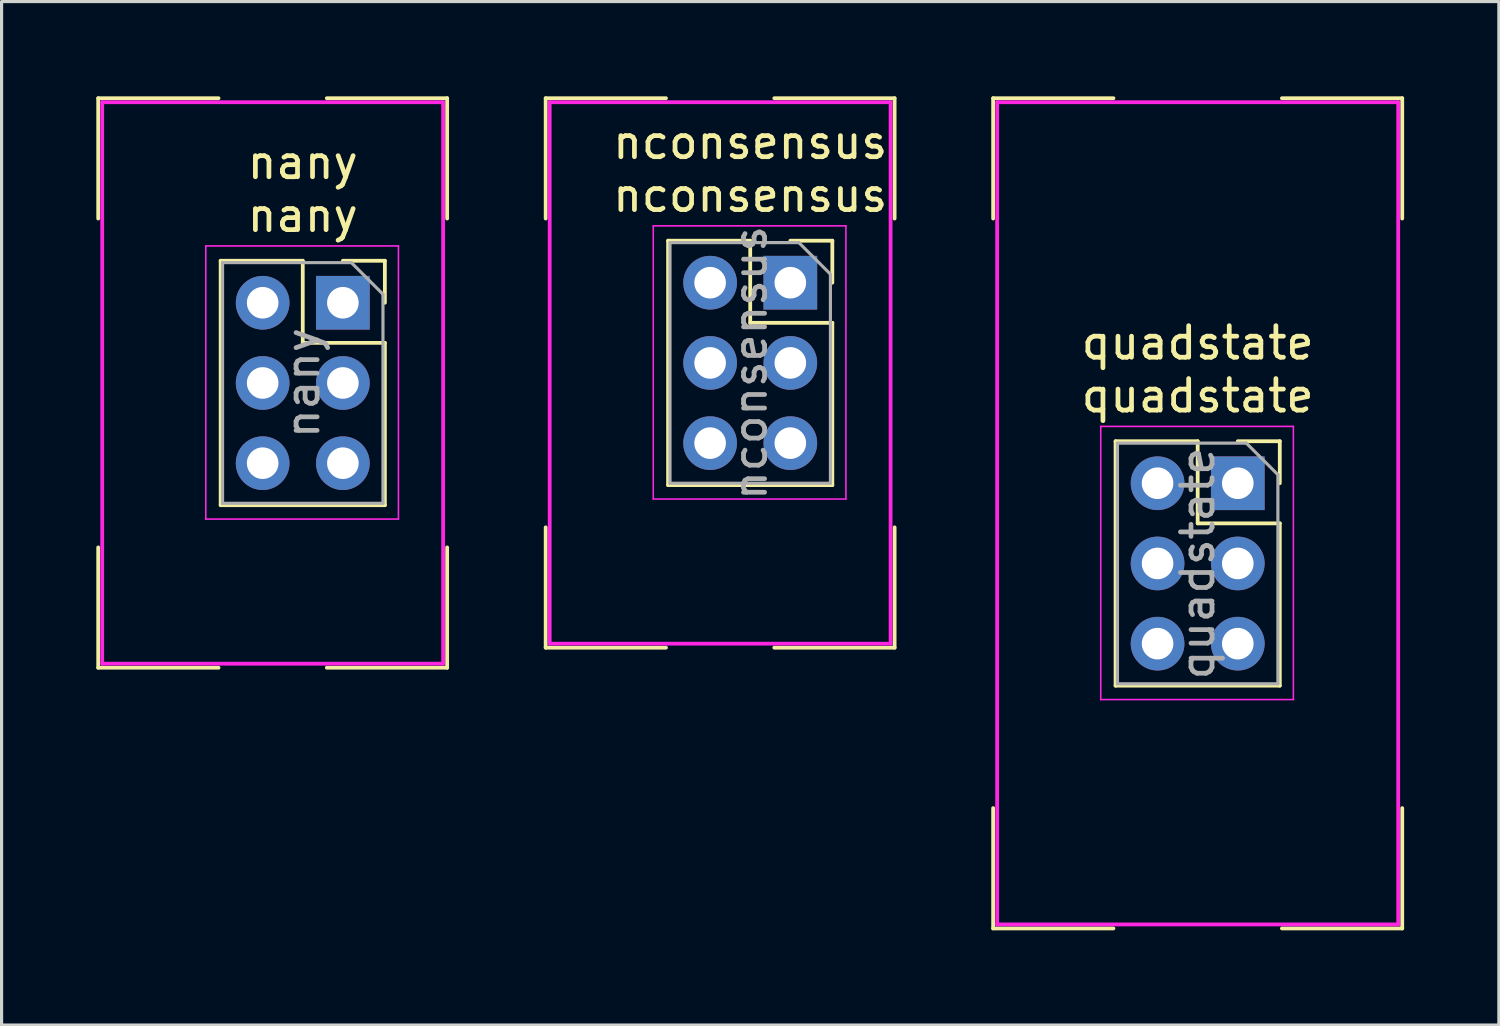
<source format=kicad_pcb>
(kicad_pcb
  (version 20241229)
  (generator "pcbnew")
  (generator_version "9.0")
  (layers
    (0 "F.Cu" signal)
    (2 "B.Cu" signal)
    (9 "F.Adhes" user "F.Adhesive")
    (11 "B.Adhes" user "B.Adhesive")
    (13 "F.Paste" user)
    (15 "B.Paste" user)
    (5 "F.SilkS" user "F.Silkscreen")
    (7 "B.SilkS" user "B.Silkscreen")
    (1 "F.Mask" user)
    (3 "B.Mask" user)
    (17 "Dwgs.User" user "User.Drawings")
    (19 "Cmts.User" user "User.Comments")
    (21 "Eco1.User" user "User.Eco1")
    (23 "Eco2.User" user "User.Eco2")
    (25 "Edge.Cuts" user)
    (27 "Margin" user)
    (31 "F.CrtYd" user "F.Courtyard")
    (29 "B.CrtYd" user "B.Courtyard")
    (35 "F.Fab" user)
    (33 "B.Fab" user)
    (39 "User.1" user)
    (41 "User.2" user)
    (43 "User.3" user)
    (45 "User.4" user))
  (footprint "nconsensus"
    (layer "F.Cu")
    (at 21.976 5.902)
    (property "Reference" "nconsensus" (at -1.27 -2.77 0) (layer "F.SilkS") (effects (font (size 1 1) (thickness 0.15))))
    (attr through_hole)
    (fp_line (start -7.747 -5.842) (end -7.747 -2.032) (stroke (width 0.12) (type solid)) (layer "F.SilkS"))
    (fp_line (start -7.747 -5.842) (end -3.937 -5.842) (stroke (width 0.12) (type solid)) (layer "F.SilkS"))
    (fp_line (start -7.747 11.557) (end -7.747 7.747) (stroke (width 0.12) (type solid)) (layer "F.SilkS"))
    (fp_line (start -7.747 11.557) (end -3.937 11.557) (stroke (width 0.12) (type solid)) (layer "F.SilkS"))
    (fp_line (start -3.87 -1.33) (end -3.87 6.41) (stroke (width 0.12) (type solid)) (layer "F.SilkS"))
    (fp_line (start -3.87 -1.33) (end -1.27 -1.33) (stroke (width 0.12) (type solid)) (layer "F.SilkS"))
    (fp_line (start -3.87 6.41) (end 1.33 6.41) (stroke (width 0.12) (type solid)) (layer "F.SilkS"))
    (fp_line (start -1.27 -1.33) (end -1.27 1.27) (stroke (width 0.12) (type solid)) (layer "F.SilkS"))
    (fp_line (start -1.27 1.27) (end 1.33 1.27) (stroke (width 0.12) (type solid)) (layer "F.SilkS"))
    (fp_line (start 0 -1.33) (end 1.33 -1.33) (stroke (width 0.12) (type solid)) (layer "F.SilkS"))
    (fp_line (start 1.33 -1.33) (end 1.33 0) (stroke (width 0.12) (type solid)) (layer "F.SilkS"))
    (fp_line (start 1.33 1.27) (end 1.33 6.41) (stroke (width 0.12) (type solid)) (layer "F.SilkS"))
    (fp_line (start 3.302 -5.842) (end -0.508 -5.842) (stroke (width 0.12) (type solid)) (layer "F.SilkS"))
    (fp_line (start 3.302 -5.842) (end 3.302 -2.032) (stroke (width 0.12) (type solid)) (layer "F.SilkS"))
    (fp_line (start 3.302 11.557) (end -0.508 11.557) (stroke (width 0.12) (type solid)) (layer "F.SilkS"))
    (fp_line (start 3.302 11.557) (end 3.302 7.747) (stroke (width 0.12) (type solid)) (layer "F.SilkS"))
    (fp_line (start -7.62 -5.715) (end 3.175 -5.715) (stroke (width 0.12) (type solid)) (layer "F.CrtYd"))
    (fp_line (start -7.62 11.43) (end -7.62 -5.715) (stroke (width 0.12) (type solid)) (layer "F.CrtYd"))
    (fp_line (start -7.62 11.43) (end 3.175 11.43) (stroke (width 0.12) (type solid)) (layer "F.CrtYd"))
    (fp_line (start -4.34 -1.8) (end 1.76 -1.8) (stroke (width 0.05) (type solid)) (layer "F.CrtYd"))
    (fp_line (start -4.34 6.85) (end -4.34 -1.8) (stroke (width 0.05) (type solid)) (layer "F.CrtYd"))
    (fp_line (start 1.76 -1.8) (end 1.76 6.85) (stroke (width 0.05) (type solid)) (layer "F.CrtYd"))
    (fp_line (start 1.76 6.85) (end -4.34 6.85) (stroke (width 0.05) (type solid)) (layer "F.CrtYd"))
    (fp_line (start 3.175 -5.715) (end 3.175 11.43) (stroke (width 0.12) (type solid)) (layer "F.CrtYd"))
    (fp_line (start -3.81 -1.27) (end 0.27 -1.27) (stroke (width 0.1) (type solid)) (layer "F.Fab"))
    (fp_line (start -3.81 6.35) (end -3.81 -1.27) (stroke (width 0.1) (type solid)) (layer "F.Fab"))
    (fp_line (start 0.27 -1.27) (end 1.27 -0.27) (stroke (width 0.1) (type solid)) (layer "F.Fab"))
    (fp_line (start 1.27 -0.27) (end 1.27 6.35) (stroke (width 0.1) (type solid)) (layer "F.Fab"))
    (fp_line (start 1.27 6.35) (end -3.81 6.35) (stroke (width 0.1) (type solid)) (layer "F.Fab"))
    (fp_text user "nconsensus" (at -1.27 -4.445 0) (layer "F.SilkS") (effects (font (size 1 1) (thickness 0.15))))
    (fp_text user "${REFERENCE}" (at -1.27 2.54 90) (layer "F.Fab") (effects (font (size 1 1) (thickness 0.15))))
    (pad "1" thru_hole rect (at 0 0) (size 1.7 1.7) (drill 1) (layers "*.Cu" "*.Mask"))
    (pad "2" thru_hole oval (at -2.54 0) (size 1.7 1.7) (drill 1) (layers "*.Cu" "*.Mask"))
    (pad "3" thru_hole oval (at 0 2.54) (size 1.7 1.7) (drill 1) (layers "*.Cu" "*.Mask"))
    (pad "4" thru_hole oval (at -2.54 2.54) (size 1.7 1.7) (drill 1) (layers "*.Cu" "*.Mask"))
    (pad "5" thru_hole oval (at 0 5.08) (size 1.7 1.7) (drill 1) (layers "*.Cu" "*.Mask"))
    (pad "6" thru_hole oval (at -2.54 5.08) (size 1.7 1.7) (drill 1) (layers "*.Cu" "*.Mask")))
  (footprint "nany"
    (layer "F.Cu")
    (at 7.807 6.537)
    (property "Reference" "nany" (at -1.27 -2.77 0) (layer "F.SilkS") (effects (font (size 1 1) (thickness 0.15))))
    (attr through_hole)
    (fp_line (start -7.747 -6.477) (end -7.747 -2.667) (stroke (width 0.12) (type solid)) (layer "F.SilkS"))
    (fp_line (start -7.747 -6.477) (end -3.937 -6.477) (stroke (width 0.12) (type solid)) (layer "F.SilkS"))
    (fp_line (start -7.747 11.557) (end -7.747 7.747) (stroke (width 0.12) (type solid)) (layer "F.SilkS"))
    (fp_line (start -7.747 11.557) (end -3.937 11.557) (stroke (width 0.12) (type solid)) (layer "F.SilkS"))
    (fp_line (start -3.87 -1.33) (end -3.87 6.41) (stroke (width 0.12) (type solid)) (layer "F.SilkS"))
    (fp_line (start -3.87 -1.33) (end -1.27 -1.33) (stroke (width 0.12) (type solid)) (layer "F.SilkS"))
    (fp_line (start -3.87 6.41) (end 1.33 6.41) (stroke (width 0.12) (type solid)) (layer "F.SilkS"))
    (fp_line (start -1.27 -1.33) (end -1.27 1.27) (stroke (width 0.12) (type solid)) (layer "F.SilkS"))
    (fp_line (start -1.27 1.27) (end 1.33 1.27) (stroke (width 0.12) (type solid)) (layer "F.SilkS"))
    (fp_line (start 0 -1.33) (end 1.33 -1.33) (stroke (width 0.12) (type solid)) (layer "F.SilkS"))
    (fp_line (start 1.33 -1.33) (end 1.33 0) (stroke (width 0.12) (type solid)) (layer "F.SilkS"))
    (fp_line (start 1.33 1.27) (end 1.33 6.41) (stroke (width 0.12) (type solid)) (layer "F.SilkS"))
    (fp_line (start 3.302 -6.477) (end -0.508 -6.477) (stroke (width 0.12) (type solid)) (layer "F.SilkS"))
    (fp_line (start 3.302 -6.477) (end 3.302 -2.667) (stroke (width 0.12) (type solid)) (layer "F.SilkS"))
    (fp_line (start 3.302 11.557) (end -0.508 11.557) (stroke (width 0.12) (type solid)) (layer "F.SilkS"))
    (fp_line (start 3.302 11.557) (end 3.302 7.747) (stroke (width 0.12) (type solid)) (layer "F.SilkS"))
    (fp_line (start -7.62 -6.35) (end -7.62 11.43) (stroke (width 0.12) (type solid)) (layer "F.CrtYd"))
    (fp_line (start -7.62 11.43) (end 3.175 11.43) (stroke (width 0.12) (type solid)) (layer "F.CrtYd"))
    (fp_line (start -4.34 -1.8) (end 1.76 -1.8) (stroke (width 0.05) (type solid)) (layer "F.CrtYd"))
    (fp_line (start -4.34 6.85) (end -4.34 -1.8) (stroke (width 0.05) (type solid)) (layer "F.CrtYd"))
    (fp_line (start 1.76 -1.8) (end 1.76 6.85) (stroke (width 0.05) (type solid)) (layer "F.CrtYd"))
    (fp_line (start 1.76 6.85) (end -4.34 6.85) (stroke (width 0.05) (type solid)) (layer "F.CrtYd"))
    (fp_line (start 3.175 -6.35) (end -7.62 -6.35) (stroke (width 0.12) (type solid)) (layer "F.CrtYd"))
    (fp_line (start 3.175 11.43) (end 3.175 -6.35) (stroke (width 0.12) (type solid)) (layer "F.CrtYd"))
    (fp_line (start -3.81 -1.27) (end 0.27 -1.27) (stroke (width 0.1) (type solid)) (layer "F.Fab"))
    (fp_line (start -3.81 6.35) (end -3.81 -1.27) (stroke (width 0.1) (type solid)) (layer "F.Fab"))
    (fp_line (start 0.27 -1.27) (end 1.27 -0.27) (stroke (width 0.1) (type solid)) (layer "F.Fab"))
    (fp_line (start 1.27 -0.27) (end 1.27 6.35) (stroke (width 0.1) (type solid)) (layer "F.Fab"))
    (fp_line (start 1.27 6.35) (end -3.81 6.35) (stroke (width 0.1) (type solid)) (layer "F.Fab"))
    (fp_text user "nany" (at -1.27 -4.445 0) (layer "F.SilkS") (effects (font (size 1 1) (thickness 0.15))))
    (fp_text user "${REFERENCE}" (at -1.27 2.54 90) (layer "F.Fab") (effects (font (size 1 1) (thickness 0.15))))
    (pad "1" thru_hole rect (at 0 0) (size 1.7 1.7) (drill 1) (layers "*.Cu" "*.Mask"))
    (pad "2" thru_hole oval (at -2.54 0) (size 1.7 1.7) (drill 1) (layers "*.Cu" "*.Mask"))
    (pad "3" thru_hole oval (at 0 2.54) (size 1.7 1.7) (drill 1) (layers "*.Cu" "*.Mask"))
    (pad "4" thru_hole oval (at -2.54 2.54) (size 1.7 1.7) (drill 1) (layers "*.Cu" "*.Mask"))
    (pad "5" thru_hole oval (at 0 5.08) (size 1.7 1.7) (drill 1) (layers "*.Cu" "*.Mask"))
    (pad "6" thru_hole oval (at -2.54 5.08) (size 1.7 1.7) (drill 1) (layers "*.Cu" "*.Mask")))
  (footprint "quadstate"
    (layer "F.Cu")
    (at 36.145 12.252)
    (property "Reference" "quadstate" (at -1.27 -2.77 0) (layer "F.SilkS") (effects (font (size 1 1) (thickness 0.15))))
    (attr through_hole)
    (fp_line (start -7.747 -12.192) (end -7.747 -8.382) (stroke (width 0.12) (type solid)) (layer "F.SilkS"))
    (fp_line (start -7.747 -12.192) (end -3.937 -12.192) (stroke (width 0.12) (type solid)) (layer "F.SilkS"))
    (fp_line (start -7.747 14.097) (end -7.747 10.287) (stroke (width 0.12) (type solid)) (layer "F.SilkS"))
    (fp_line (start -7.747 14.097) (end -3.937 14.097) (stroke (width 0.12) (type solid)) (layer "F.SilkS"))
    (fp_line (start -3.87 -1.33) (end -3.87 6.41) (stroke (width 0.12) (type solid)) (layer "F.SilkS"))
    (fp_line (start -3.87 -1.33) (end -1.27 -1.33) (stroke (width 0.12) (type solid)) (layer "F.SilkS"))
    (fp_line (start -3.87 6.41) (end 1.33 6.41) (stroke (width 0.12) (type solid)) (layer "F.SilkS"))
    (fp_line (start -1.27 -1.33) (end -1.27 1.27) (stroke (width 0.12) (type solid)) (layer "F.SilkS"))
    (fp_line (start -1.27 1.27) (end 1.33 1.27) (stroke (width 0.12) (type solid)) (layer "F.SilkS"))
    (fp_line (start 0 -1.33) (end 1.33 -1.33) (stroke (width 0.12) (type solid)) (layer "F.SilkS"))
    (fp_line (start 1.33 -1.33) (end 1.33 0) (stroke (width 0.12) (type solid)) (layer "F.SilkS"))
    (fp_line (start 1.33 1.27) (end 1.33 6.41) (stroke (width 0.12) (type solid)) (layer "F.SilkS"))
    (fp_line (start 5.207 -12.192) (end 1.397 -12.192) (stroke (width 0.12) (type solid)) (layer "F.SilkS"))
    (fp_line (start 5.207 -12.192) (end 5.207 -8.382) (stroke (width 0.12) (type solid)) (layer "F.SilkS"))
    (fp_line (start 5.207 14.097) (end 1.397 14.097) (stroke (width 0.12) (type solid)) (layer "F.SilkS"))
    (fp_line (start 5.207 14.097) (end 5.207 10.287) (stroke (width 0.12) (type solid)) (layer "F.SilkS"))
    (fp_line (start -7.62 -12.065) (end -7.62 13.97) (stroke (width 0.12) (type solid)) (layer "F.CrtYd"))
    (fp_line (start -7.62 13.97) (end 5.08 13.97) (stroke (width 0.12) (type solid)) (layer "F.CrtYd"))
    (fp_line (start -4.34 -1.8) (end 1.76 -1.8) (stroke (width 0.05) (type solid)) (layer "F.CrtYd"))
    (fp_line (start -4.34 6.85) (end -4.34 -1.8) (stroke (width 0.05) (type solid)) (layer "F.CrtYd"))
    (fp_line (start 1.76 -1.8) (end 1.76 6.85) (stroke (width 0.05) (type solid)) (layer "F.CrtYd"))
    (fp_line (start 1.76 6.85) (end -4.34 6.85) (stroke (width 0.05) (type solid)) (layer "F.CrtYd"))
    (fp_line (start 5.08 -12.065) (end -7.62 -12.065) (stroke (width 0.12) (type solid)) (layer "F.CrtYd"))
    (fp_line (start 5.08 13.97) (end 5.08 -12.065) (stroke (width 0.12) (type solid)) (layer "F.CrtYd"))
    (fp_line (start -3.81 -1.27) (end 0.27 -1.27) (stroke (width 0.1) (type solid)) (layer "F.Fab"))
    (fp_line (start -3.81 6.35) (end -3.81 -1.27) (stroke (width 0.1) (type solid)) (layer "F.Fab"))
    (fp_line (start 0.27 -1.27) (end 1.27 -0.27) (stroke (width 0.1) (type solid)) (layer "F.Fab"))
    (fp_line (start 1.27 -0.27) (end 1.27 6.35) (stroke (width 0.1) (type solid)) (layer "F.Fab"))
    (fp_line (start 1.27 6.35) (end -3.81 6.35) (stroke (width 0.1) (type solid)) (layer "F.Fab"))
    (fp_text user "quadstate" (at -1.27 -4.445 0) (layer "F.SilkS") (effects (font (size 1 1) (thickness 0.15))))
    (fp_text user "${REFERENCE}" (at -1.27 2.54 90) (layer "F.Fab") (effects (font (size 1 1) (thickness 0.15))))
    (pad "1" thru_hole rect (at 0 0) (size 1.7 1.7) (drill 1) (layers "*.Cu" "*.Mask"))
    (pad "2" thru_hole oval (at -2.54 0) (size 1.7 1.7) (drill 1) (layers "*.Cu" "*.Mask"))
    (pad "3" thru_hole oval (at 0 2.54) (size 1.7 1.7) (drill 1) (layers "*.Cu" "*.Mask"))
    (pad "4" thru_hole oval (at -2.54 2.54) (size 1.7 1.7) (drill 1) (layers "*.Cu" "*.Mask"))
    (pad "5" thru_hole oval (at 0 5.08) (size 1.7 1.7) (drill 1) (layers "*.Cu" "*.Mask"))
    (pad "6" thru_hole oval (at -2.54 5.08) (size 1.7 1.7) (drill 1) (layers "*.Cu" "*.Mask")))
  (gr_rect
    (start -3 -3)
    (end 44.412 29.409)
    (stroke (width 0.1) (type default))
    (fill no)
    (layer "Edge.Cuts")))
</source>
